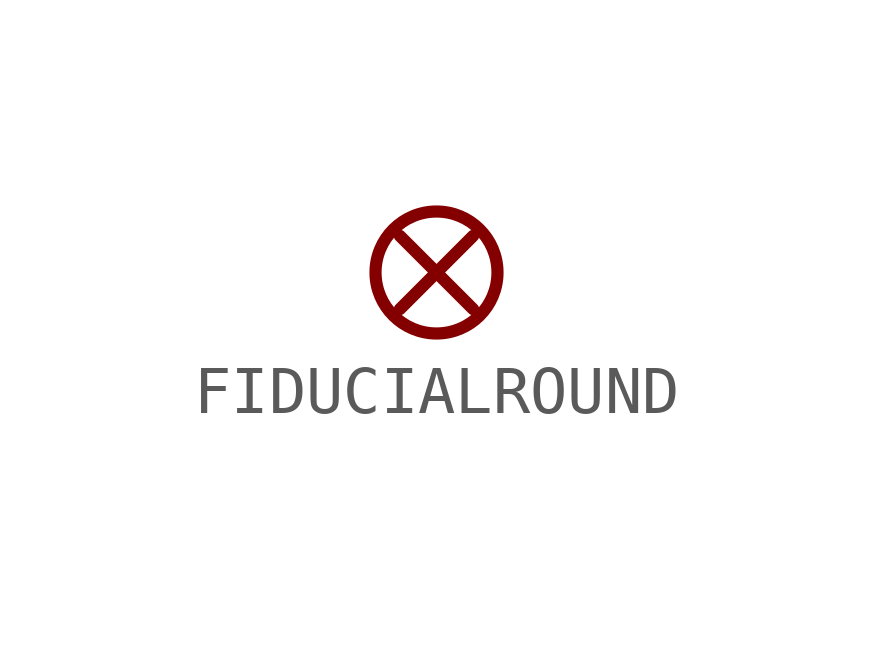
<source format=kicad_sym>
(kicad_symbol_lib
  (version 20211014)
  (generator kicad_symbol_editor)
  (symbol "FIDUCIALROUND"
    (property "Reference" "FID"
      (at 0 0 0)
      (effects (font (size 1.27 1.27)) hide))
    (property "ki_locked" ""
      (at 0 0 0)
      (effects (font (size 1.27 1.27))))
    (symbol "FIDUCIALROUND_1_0"
      (polyline (pts (xy -0.762 0.762) (xy 0.762 -0.762)) (stroke (width 0.254) (type default) (color 0 0 0 0)) (fill (type none)))
      (polyline (pts (xy 0.762 0.762) (xy -0.762 -0.762)) (stroke (width 0.254) (type default) (color 0 0 0 0)) (fill (type none)))
      (circle (center 0 0) (radius 1.27) (stroke (width 0.254)) (stroke (width 0.254) (type default) (color 0 0 0 0)) (fill (type none))))))
</source>
